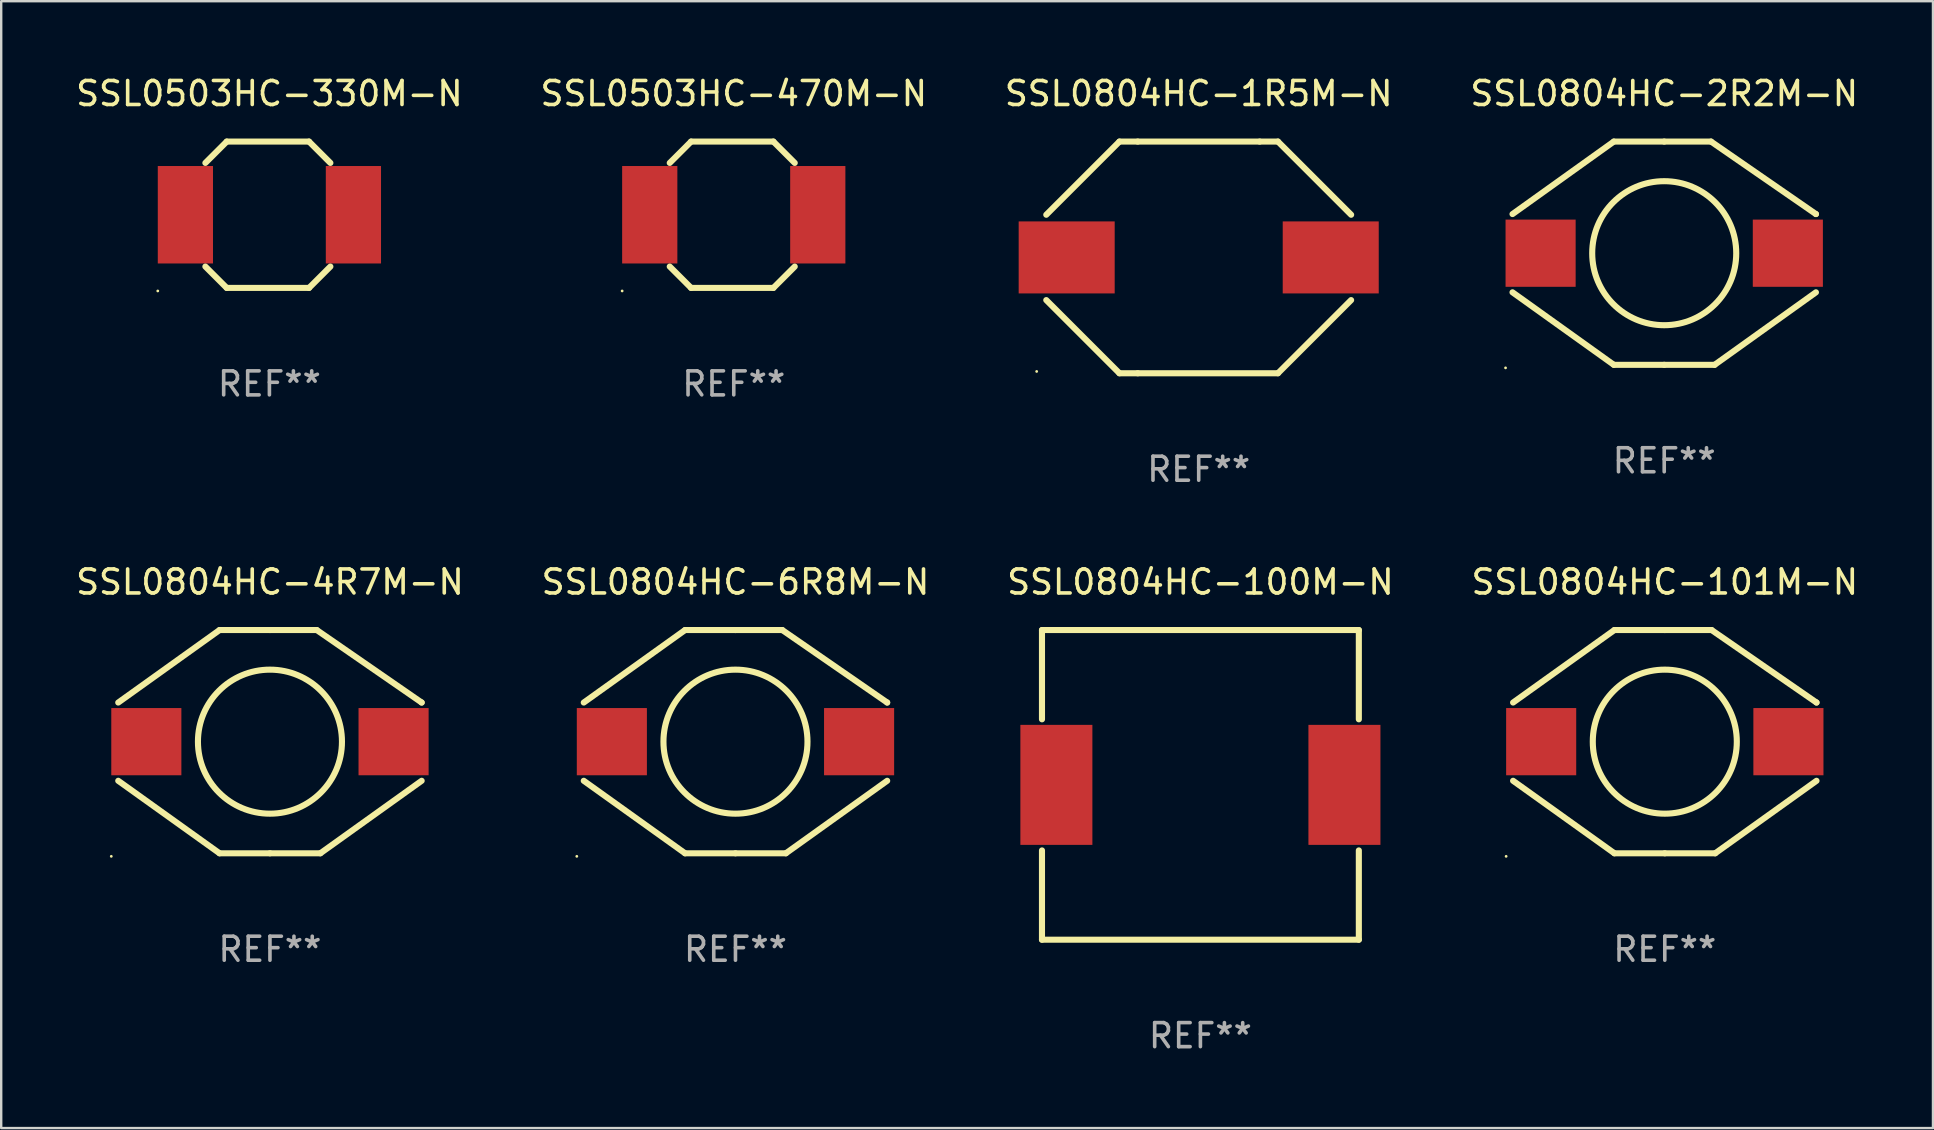
<source format=kicad_pcb>
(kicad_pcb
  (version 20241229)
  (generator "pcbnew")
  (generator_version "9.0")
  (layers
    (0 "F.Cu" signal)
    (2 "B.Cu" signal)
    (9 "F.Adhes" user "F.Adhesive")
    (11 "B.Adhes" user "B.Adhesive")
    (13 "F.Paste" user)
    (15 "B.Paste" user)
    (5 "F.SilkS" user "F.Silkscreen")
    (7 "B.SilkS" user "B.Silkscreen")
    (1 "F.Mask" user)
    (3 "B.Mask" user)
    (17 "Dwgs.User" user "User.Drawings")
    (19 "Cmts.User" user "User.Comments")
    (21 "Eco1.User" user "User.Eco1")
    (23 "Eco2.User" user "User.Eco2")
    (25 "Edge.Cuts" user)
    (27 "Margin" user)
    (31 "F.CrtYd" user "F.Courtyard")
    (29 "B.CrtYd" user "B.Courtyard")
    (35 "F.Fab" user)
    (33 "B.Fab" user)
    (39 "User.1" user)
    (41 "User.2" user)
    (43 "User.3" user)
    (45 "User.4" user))
  (footprint "SSL0804HC-4R7M-N"
    (layer "F.Cu")
    (at 8.196 27.847)
    (property "Reference" "SSL0804HC-4R7M-N" (at 0 -6.65 0) (layer "F.SilkS") (effects (font (size 1 1) (thickness 0.15))))
    (attr through_hole)
    (fp_line (start -2.1 -4.65) (end -6.32 -1.63) (stroke (width 0.254) (type solid)) (layer "F.SilkS"))
    (fp_line (start -2.1 4.65) (end -6.32 1.63) (stroke (width 0.254) (type solid)) (layer "F.SilkS"))
    (fp_line (start 0 -4.65) (end -2.1 -4.65) (stroke (width 0.254) (type solid)) (layer "F.SilkS"))
    (fp_line (start 0 -4.65) (end 1.95 -4.65) (stroke (width 0.254) (type solid)) (layer "F.SilkS"))
    (fp_line (start 0 4.65) (end -2.1 4.65) (stroke (width 0.254) (type solid)) (layer "F.SilkS"))
    (fp_line (start 0 4.65) (end 2.1 4.65) (stroke (width 0.254) (type solid)) (layer "F.SilkS"))
    (fp_line (start 1.95 -4.65) (end 6.32 -1.63) (stroke (width 0.254) (type solid)) (layer "F.SilkS"))
    (fp_line (start 2.1 4.65) (end 6.32 1.63) (stroke (width 0.254) (type solid)) (layer "F.SilkS"))
    (fp_line (start 6.32 -1.63) (end 6.32 -1.631) (stroke (width 0.254) (type solid)) (layer "F.SilkS"))
    (fp_circle (center -6.61 4.777) (end -6.58 4.777) (stroke (width 0.06) (type solid)) (fill no) (layer "F.SilkS"))
    (fp_circle (center 0 0) (end 3 0) (stroke (width 0.254) (type solid)) (fill no) (layer "F.SilkS"))
    (fp_text user "REF**" (at 0 8.65 0) (layer "F.Fab") (effects (font (size 1 1) (thickness 0.15))))
    (pad "1" smd rect (at -5.15 0) (size 2.92 2.8) (layers "F.Cu" "F.Mask" "F.Paste"))
    (pad "2" smd rect (at 5.15 0) (size 2.92 2.8) (layers "F.Cu" "F.Mask" "F.Paste")))
  (footprint "SSL0804HC-2R2M-N"
    (layer "F.Cu")
    (at 66.28 7.498)
    (property "Reference" "SSL0804HC-2R2M-N" (at 0 -6.65 0) (layer "F.SilkS") (effects (font (size 1 1) (thickness 0.15))))
    (attr through_hole)
    (fp_line (start -2.1 -4.65) (end -6.32 -1.63) (stroke (width 0.254) (type solid)) (layer "F.SilkS"))
    (fp_line (start -2.1 4.65) (end -6.32 1.63) (stroke (width 0.254) (type solid)) (layer "F.SilkS"))
    (fp_line (start 0 -4.65) (end -2.1 -4.65) (stroke (width 0.254) (type solid)) (layer "F.SilkS"))
    (fp_line (start 0 -4.65) (end 1.95 -4.65) (stroke (width 0.254) (type solid)) (layer "F.SilkS"))
    (fp_line (start 0 4.65) (end -2.1 4.65) (stroke (width 0.254) (type solid)) (layer "F.SilkS"))
    (fp_line (start 0 4.65) (end 2.1 4.65) (stroke (width 0.254) (type solid)) (layer "F.SilkS"))
    (fp_line (start 1.95 -4.65) (end 6.32 -1.63) (stroke (width 0.254) (type solid)) (layer "F.SilkS"))
    (fp_line (start 2.1 4.65) (end 6.32 1.63) (stroke (width 0.254) (type solid)) (layer "F.SilkS"))
    (fp_line (start 6.32 -1.63) (end 6.32 -1.631) (stroke (width 0.254) (type solid)) (layer "F.SilkS"))
    (fp_circle (center -6.61 4.777) (end -6.58 4.777) (stroke (width 0.06) (type solid)) (fill no) (layer "F.SilkS"))
    (fp_circle (center 0 0) (end 3 0) (stroke (width 0.254) (type solid)) (fill no) (layer "F.SilkS"))
    (fp_text user "REF**" (at 0 8.65 0) (layer "F.Fab") (effects (font (size 1 1) (thickness 0.15))))
    (pad "1" smd rect (at -5.15 0) (size 2.92 2.8) (layers "F.Cu" "F.Mask" "F.Paste"))
    (pad "2" smd rect (at 5.15 0) (size 2.92 2.8) (layers "F.Cu" "F.Mask" "F.Paste")))
  (footprint "SSL0804HC-101M-N"
    (layer "F.Cu")
    (at 66.304 27.847)
    (property "Reference" "SSL0804HC-101M-N" (at 0 -6.65 0) (layer "F.SilkS") (effects (font (size 1 1) (thickness 0.15))))
    (attr through_hole)
    (fp_line (start -2.1 -4.65) (end -6.32 -1.63) (stroke (width 0.254) (type solid)) (layer "F.SilkS"))
    (fp_line (start -2.1 4.65) (end -6.32 1.63) (stroke (width 0.254) (type solid)) (layer "F.SilkS"))
    (fp_line (start 0 -4.65) (end -2.1 -4.65) (stroke (width 0.254) (type solid)) (layer "F.SilkS"))
    (fp_line (start 0 -4.65) (end 1.95 -4.65) (stroke (width 0.254) (type solid)) (layer "F.SilkS"))
    (fp_line (start 0 4.65) (end -2.1 4.65) (stroke (width 0.254) (type solid)) (layer "F.SilkS"))
    (fp_line (start 0 4.65) (end 2.1 4.65) (stroke (width 0.254) (type solid)) (layer "F.SilkS"))
    (fp_line (start 1.95 -4.65) (end 6.32 -1.63) (stroke (width 0.254) (type solid)) (layer "F.SilkS"))
    (fp_line (start 2.1 4.65) (end 6.32 1.63) (stroke (width 0.254) (type solid)) (layer "F.SilkS"))
    (fp_line (start 6.32 -1.63) (end 6.32 -1.631) (stroke (width 0.254) (type solid)) (layer "F.SilkS"))
    (fp_circle (center -6.61 4.777) (end -6.58 4.777) (stroke (width 0.06) (type solid)) (fill no) (layer "F.SilkS"))
    (fp_circle (center 0 0) (end 3 0) (stroke (width 0.254) (type solid)) (fill no) (layer "F.SilkS"))
    (fp_text user "REF**" (at 0 8.65 0) (layer "F.Fab") (effects (font (size 1 1) (thickness 0.15))))
    (pad "1" smd rect (at -5.15 0) (size 2.92 2.8) (layers "F.Cu" "F.Mask" "F.Paste"))
    (pad "2" smd rect (at 5.15 0) (size 2.92 2.8) (layers "F.Cu" "F.Mask" "F.Paste")))
  (footprint "SSL0804HC-1R5M-N"
    (layer "F.Cu")
    (at 46.887 7.674)
    (property "Reference" "SSL0804HC-1R5M-N" (at 0 -6.826 0) (layer "F.SilkS") (effects (font (size 1 1) (thickness 0.15))))
    (attr through_hole)
    (fp_line (start -3.302 -4.826) (end -6.35 -1.778) (stroke (width 0.254) (type solid)) (layer "F.SilkS"))
    (fp_line (start -3.302 4.826) (end -6.35 1.778) (stroke (width 0.254) (type solid)) (layer "F.SilkS"))
    (fp_line (start -2.541 4.826) (end 3.301 4.826) (stroke (width 0.254) (type solid)) (layer "F.SilkS"))
    (fp_line (start -2.54 -4.826) (end -3.302 -4.826) (stroke (width 0.254) (type solid)) (layer "F.SilkS"))
    (fp_line (start -2.54 -4.826) (end 2.54 -4.826) (stroke (width 0.254) (type solid)) (layer "F.SilkS"))
    (fp_line (start -2.54 4.826) (end -3.302 4.826) (stroke (width 0.254) (type solid)) (layer "F.SilkS"))
    (fp_line (start 2.54 -4.826) (end 3.302 -4.826) (stroke (width 0.254) (type solid)) (layer "F.SilkS"))
    (fp_line (start 3.301 4.826) (end 6.349 1.778) (stroke (width 0.254) (type solid)) (layer "F.SilkS"))
    (fp_line (start 3.302 -4.826) (end 6.35 -1.778) (stroke (width 0.254) (type solid)) (layer "F.SilkS"))
    (fp_circle (center -6.75 4.75) (end -6.72 4.75) (stroke (width 0.06) (type solid)) (fill no) (layer "F.SilkS"))
    (fp_text user "REF**" (at 0 8.826 0) (layer "F.Fab") (effects (font (size 1 1) (thickness 0.15))))
    (pad "1" smd rect (at -5.5 0) (size 4 3) (layers "F.Cu" "F.Mask" "F.Paste"))
    (pad "2" smd rect (at 5.5 0) (size 4 3) (layers "F.Cu" "F.Mask" "F.Paste")))
  (footprint "SSL0503HC-330M-N"
    (layer "F.Cu")
    (at 8.173 5.896)
    (property "Reference" "SSL0503HC-330M-N" (at 0 -5.048 0) (layer "F.SilkS") (effects (font (size 1 1) (thickness 0.15))))
    (attr through_hole)
    (fp_line (start -1.778 -3.048) (end -2.667 -2.159) (stroke (width 0.254) (type solid)) (layer "F.SilkS"))
    (fp_line (start -1.778 3.048) (end -2.667 2.159) (stroke (width 0.254) (type solid)) (layer "F.SilkS"))
    (fp_line (start 1.651 -3.048) (end -1.778 -3.048) (stroke (width 0.254) (type solid)) (layer "F.SilkS"))
    (fp_line (start 1.651 3.048) (end -1.778 3.048) (stroke (width 0.254) (type solid)) (layer "F.SilkS"))
    (fp_line (start 2.54 -2.159) (end 1.651 -3.048) (stroke (width 0.254) (type solid)) (layer "F.SilkS"))
    (fp_line (start 2.54 2.159) (end 1.651 3.048) (stroke (width 0.254) (type solid)) (layer "F.SilkS"))
    (fp_circle (center -4.65 3.175) (end -4.62 3.175) (stroke (width 0.06) (type solid)) (fill no) (layer "F.SilkS"))
    (fp_text user "REF**" (at 0 7.048 0) (layer "F.Fab") (effects (font (size 1 1) (thickness 0.15))))
    (pad "1" smd rect (at -3.5 0) (size 2.3 4.06) (layers "F.Cu" "F.Mask" "F.Paste"))
    (pad "2" smd rect (at 3.5 0) (size 2.3 4.06) (layers "F.Cu" "F.Mask" "F.Paste")))
  (footprint "SSL0804HC-6R8M-N"
    (layer "F.Cu")
    (at 27.589 27.847)
    (property "Reference" "SSL0804HC-6R8M-N" (at 0 -6.65 0) (layer "F.SilkS") (effects (font (size 1 1) (thickness 0.15))))
    (attr through_hole)
    (fp_line (start -2.1 -4.65) (end -6.32 -1.63) (stroke (width 0.254) (type solid)) (layer "F.SilkS"))
    (fp_line (start -2.1 4.65) (end -6.32 1.63) (stroke (width 0.254) (type solid)) (layer "F.SilkS"))
    (fp_line (start 0 -4.65) (end -2.1 -4.65) (stroke (width 0.254) (type solid)) (layer "F.SilkS"))
    (fp_line (start 0 -4.65) (end 1.95 -4.65) (stroke (width 0.254) (type solid)) (layer "F.SilkS"))
    (fp_line (start 0 4.65) (end -2.1 4.65) (stroke (width 0.254) (type solid)) (layer "F.SilkS"))
    (fp_line (start 0 4.65) (end 2.1 4.65) (stroke (width 0.254) (type solid)) (layer "F.SilkS"))
    (fp_line (start 1.95 -4.65) (end 6.32 -1.63) (stroke (width 0.254) (type solid)) (layer "F.SilkS"))
    (fp_line (start 2.1 4.65) (end 6.32 1.63) (stroke (width 0.254) (type solid)) (layer "F.SilkS"))
    (fp_line (start 6.32 -1.63) (end 6.32 -1.631) (stroke (width 0.254) (type solid)) (layer "F.SilkS"))
    (fp_circle (center -6.61 4.777) (end -6.58 4.777) (stroke (width 0.06) (type solid)) (fill no) (layer "F.SilkS"))
    (fp_circle (center 0 0) (end 3 0) (stroke (width 0.254) (type solid)) (fill no) (layer "F.SilkS"))
    (fp_text user "REF**" (at 0 8.65 0) (layer "F.Fab") (effects (font (size 1 1) (thickness 0.15))))
    (pad "1" smd rect (at -5.15 0) (size 2.92 2.8) (layers "F.Cu" "F.Mask" "F.Paste"))
    (pad "2" smd rect (at 5.15 0) (size 2.92 2.8) (layers "F.Cu" "F.Mask" "F.Paste")))
  (footprint "SSL0503HC-470M-N"
    (layer "F.Cu")
    (at 27.518 5.896)
    (property "Reference" "SSL0503HC-470M-N" (at 0 -5.048 0) (layer "F.SilkS") (effects (font (size 1 1) (thickness 0.15))))
    (attr through_hole)
    (fp_line (start -1.778 -3.048) (end -2.667 -2.159) (stroke (width 0.254) (type solid)) (layer "F.SilkS"))
    (fp_line (start -1.778 3.048) (end -2.667 2.159) (stroke (width 0.254) (type solid)) (layer "F.SilkS"))
    (fp_line (start 1.651 -3.048) (end -1.778 -3.048) (stroke (width 0.254) (type solid)) (layer "F.SilkS"))
    (fp_line (start 1.651 3.048) (end -1.778 3.048) (stroke (width 0.254) (type solid)) (layer "F.SilkS"))
    (fp_line (start 2.54 -2.159) (end 1.651 -3.048) (stroke (width 0.254) (type solid)) (layer "F.SilkS"))
    (fp_line (start 2.54 2.159) (end 1.651 3.048) (stroke (width 0.254) (type solid)) (layer "F.SilkS"))
    (fp_circle (center -4.65 3.175) (end -4.62 3.175) (stroke (width 0.06) (type solid)) (fill no) (layer "F.SilkS"))
    (fp_text user "REF**" (at 0 7.048 0) (layer "F.Fab") (effects (font (size 1 1) (thickness 0.15))))
    (pad "1" smd rect (at -3.5 0) (size 2.3 4.06) (layers "F.Cu" "F.Mask" "F.Paste"))
    (pad "2" smd rect (at 3.5 0) (size 2.3 4.06) (layers "F.Cu" "F.Mask" "F.Paste")))
  (footprint "SSL0804HC-100M-N"
    (layer "F.Cu")
    (at 46.958 29.647)
    (property "Reference" "SSL0804HC-100M-N" (at 0 -8.45 0) (layer "F.SilkS") (effects (font (size 1 1) (thickness 0.15))))
    (attr through_hole)
    (fp_line (start -6.6 -6.45) (end 6.6 -6.45) (stroke (width 0.254) (type solid)) (layer "F.SilkS"))
    (fp_line (start -6.6 -2.731) (end -6.6 -6.45) (stroke (width 0.254) (type solid)) (layer "F.SilkS"))
    (fp_line (start -6.6 6.45) (end -6.6 2.731) (stroke (width 0.254) (type solid)) (layer "F.SilkS"))
    (fp_line (start 6.6 -2.731) (end 6.6 -6.45) (stroke (width 0.254) (type solid)) (layer "F.SilkS"))
    (fp_line (start 6.6 6.45) (end -6.6 6.45) (stroke (width 0.254) (type solid)) (layer "F.SilkS"))
    (fp_line (start 6.6 6.45) (end 6.6 2.731) (stroke (width 0.254) (type solid)) (layer "F.SilkS"))
    (fp_circle (center -6.6 6.45) (end -6.57 6.45) (stroke (width 0.06) (type solid)) (fill no) (layer "F.SilkS"))
    (fp_text user "REF**" (at 0 10.45 0) (layer "F.Fab") (effects (font (size 1 1) (thickness 0.15))))
    (pad "1" smd rect (at -6 0) (size 3 5) (layers "F.Cu" "F.Mask" "F.Paste"))
    (pad "2" smd rect (at 6 0) (size 3 5) (layers "F.Cu" "F.Mask" "F.Paste")))
  (gr_rect
    (start -3 -3)
    (end 77.476 43.945)
    (stroke (width 0.1) (type default))
    (fill no)
    (layer "Edge.Cuts")))
</source>
